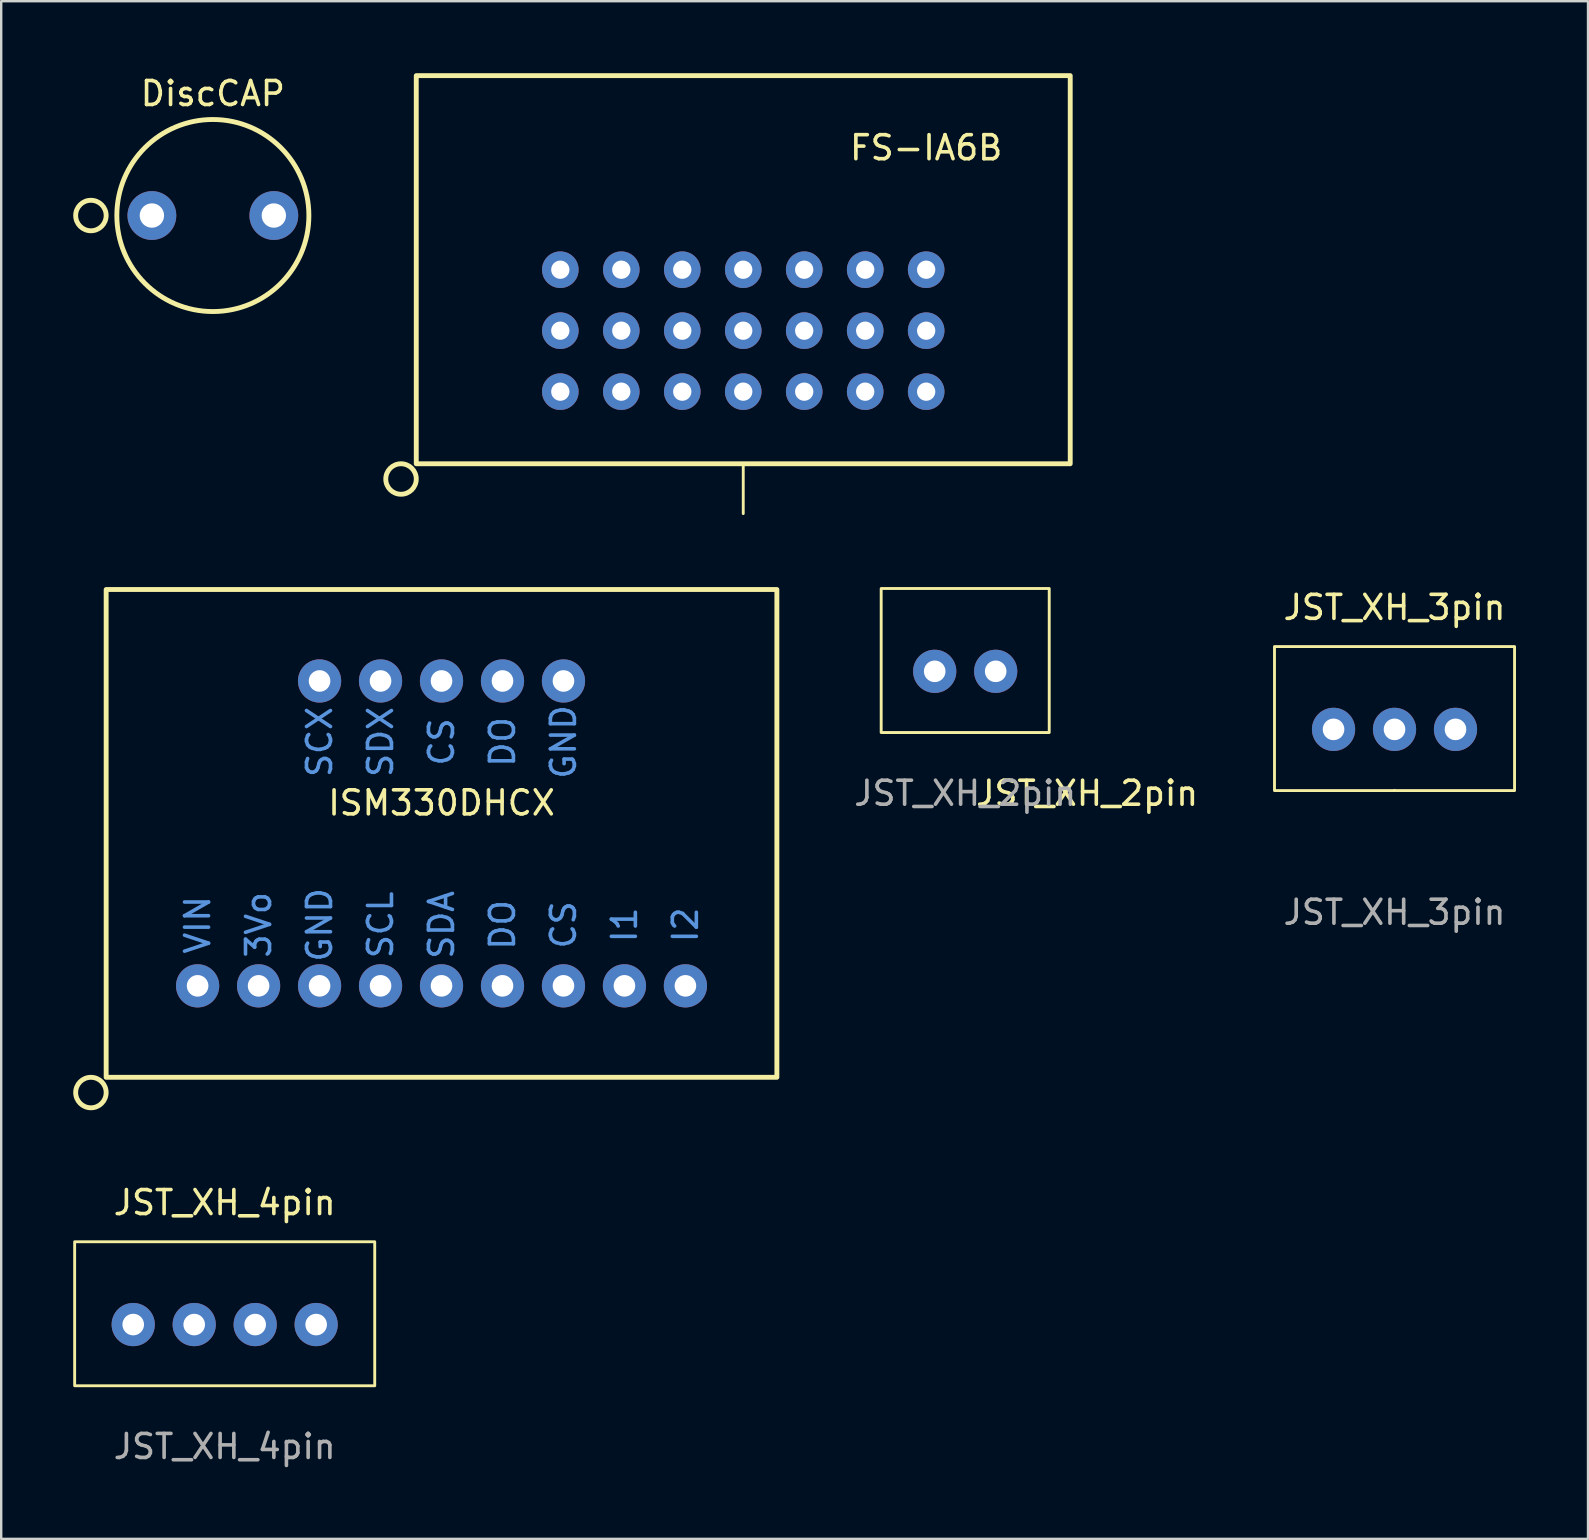
<source format=kicad_pcb>
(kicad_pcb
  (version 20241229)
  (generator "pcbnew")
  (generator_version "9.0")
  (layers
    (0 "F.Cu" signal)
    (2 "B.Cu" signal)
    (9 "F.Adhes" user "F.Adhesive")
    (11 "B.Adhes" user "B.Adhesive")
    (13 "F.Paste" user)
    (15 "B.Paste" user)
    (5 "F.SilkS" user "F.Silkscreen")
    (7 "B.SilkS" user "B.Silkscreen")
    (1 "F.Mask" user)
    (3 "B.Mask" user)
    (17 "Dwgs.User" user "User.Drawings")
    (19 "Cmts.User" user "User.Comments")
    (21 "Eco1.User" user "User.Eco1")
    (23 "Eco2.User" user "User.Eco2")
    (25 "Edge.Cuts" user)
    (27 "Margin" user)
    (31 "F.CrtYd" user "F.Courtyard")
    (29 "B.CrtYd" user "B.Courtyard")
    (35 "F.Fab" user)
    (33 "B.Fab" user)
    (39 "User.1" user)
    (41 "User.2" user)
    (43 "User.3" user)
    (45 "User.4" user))
  (footprint "JST_XH_2pin"
    (layer "F.Cu")
    (at 37.157 24.915)
    (property "Reference" "JST_XH_2pin" (at 5.08 5.08 0) (unlocked yes) (layer "F.SilkS") (effects (font (size 1 1) (thickness 0.15))))
    (fp_rect (start 3.5 2.55) (end -3.5 -3.45) (stroke (width 0.12) (type solid)) (fill no) (layer "F.SilkS"))
    (fp_text user "${REFERENCE}" (at 0 5.08 0) (unlocked yes) (layer "F.Fab") (effects (font (size 1 1) (thickness 0.15))))
    (pad "1" thru_hole circle (at -1.27 0) (size 1.8 1.8) (drill 0.9) (layers "*.Cu" "*.Mask"))
    (pad "2" thru_hole circle (at 1.27 0) (size 1.8 1.8) (drill 0.9) (layers "*.Cu" "*.Mask")))
  (footprint "JST_XH_4pin"
    (layer "F.Cu")
    (at 6.31 52.127)
    (property "Reference" "JST_XH_4pin" (at 0 -5.08 0) (unlocked yes) (layer "F.SilkS") (effects (font (size 1 1) (thickness 0.15))))
    (attr through_hole)
    (fp_rect (start -6.25 2.55) (end 6.25 -3.45) (stroke (width 0.12) (type solid)) (fill no) (layer "F.SilkS"))
    (fp_text user "${REFERENCE}" (at 0 5.08 0) (unlocked yes) (layer "F.Fab") (effects (font (size 1 1) (thickness 0.15))))
    (pad "1" thru_hole circle (at -3.81 0) (size 1.8 1.8) (drill 0.9) (layers "*.Cu" "*.Mask"))
    (pad "2" thru_hole circle (at -1.27 0) (size 1.8 1.8) (drill 0.9) (layers "*.Cu" "*.Mask"))
    (pad "3" thru_hole circle (at 1.27 0) (size 1.8 1.8) (drill 0.9) (layers "*.Cu" "*.Mask"))
    (pad "4" thru_hole circle (at 3.81 0) (size 1.8 1.8) (drill 0.9) (layers "*.Cu" "*.Mask")))
  (footprint "FS-IA6B"
    (layer "F.Cu")
    (at 27.911 10.725)
    (property "Reference" "FS-IA6B" (at 7.62 -7.62 0) (unlocked yes) (layer "F.SilkS") (effects (font (size 1 1) (thickness 0.15))))
    (attr through_hole)
    (fp_line (start 0 5.544) (end 0 7.62) (stroke (width 0.12) (type solid)) (layer "F.SilkS"))
    (fp_rect (start 13.621 5.544) (end -13.621 -10.624) (stroke (width 0.203) (type solid)) (fill no) (layer "F.SilkS"))
    (fp_circle (center -14.256 6.179) (end -13.621 6.179) (stroke (width 0.203) (type solid)) (fill no) (layer "F.SilkS"))
    (pad "1" thru_hole circle (at -7.62 2.54) (size 1.524 1.524) (drill 0.762) (layers "*.Cu" "*.Mask"))
    (pad "2" thru_hole circle (at -5.08 2.54) (size 1.524 1.524) (drill 0.762) (layers "*.Cu" "*.Mask"))
    (pad "3" thru_hole circle (at -2.54 2.54) (size 1.524 1.524) (drill 0.762) (layers "*.Cu" "*.Mask"))
    (pad "4" thru_hole circle (at 0 2.54) (size 1.524 1.524) (drill 0.762) (layers "*.Cu" "*.Mask"))
    (pad "5" thru_hole circle (at 2.54 2.54) (size 1.524 1.524) (drill 0.762) (layers "*.Cu" "*.Mask"))
    (pad "6" thru_hole circle (at 5.08 2.54) (size 1.524 1.524) (drill 0.762) (layers "*.Cu" "*.Mask"))
    (pad "7" thru_hole circle (at 7.62 2.54) (size 1.524 1.524) (drill 0.762) (layers "*.Cu" "*.Mask"))
    (pad "8" thru_hole circle (at -7.62 0) (size 1.524 1.524) (drill 0.762) (layers "*.Cu" "*.Mask"))
    (pad "9" thru_hole circle (at -7.62 -2.54) (size 1.524 1.524) (drill 0.762) (layers "*.Cu" "*.Mask"))
    (pad "10" thru_hole circle (at -5.08 0) (size 1.524 1.524) (drill 0.762) (layers "*.Cu" "*.Mask"))
    (pad "11" thru_hole circle (at -2.54 0) (size 1.524 1.524) (drill 0.762) (layers "*.Cu" "*.Mask"))
    (pad "12" thru_hole circle (at 0 0) (size 1.524 1.524) (drill 0.762) (layers "*.Cu" "*.Mask"))
    (pad "13" thru_hole circle (at 2.54 0) (size 1.524 1.524) (drill 0.762) (layers "*.Cu" "*.Mask"))
    (pad "14" thru_hole circle (at 5.08 0) (size 1.524 1.524) (drill 0.762) (layers "*.Cu" "*.Mask"))
    (pad "15" thru_hole circle (at 7.62 0) (size 1.524 1.524) (drill 0.762) (layers "*.Cu" "*.Mask"))
    (pad "16" thru_hole circle (at 7.62 -2.54) (size 1.524 1.524) (drill 0.762) (layers "*.Cu" "*.Mask"))
    (pad "17" thru_hole circle (at 5.08 -2.54) (size 1.524 1.524) (drill 0.762) (layers "*.Cu" "*.Mask"))
    (pad "18" thru_hole circle (at 2.54 -2.54) (size 1.524 1.524) (drill 0.762) (layers "*.Cu" "*.Mask"))
    (pad "19" thru_hole circle (at 0 -2.54) (size 1.524 1.524) (drill 0.762) (layers "*.Cu" "*.Mask"))
    (pad "20" thru_hole circle (at -2.54 -2.54) (size 1.524 1.524) (drill 0.762) (layers "*.Cu" "*.Mask"))
    (pad "21" thru_hole circle (at -5.08 -2.54) (size 1.524 1.524) (drill 0.762) (layers "*.Cu" "*.Mask")))
  (footprint "ISM330DHCX"
    (layer "F.Cu")
    (at 15.342 31.667)
    (property "Reference" "ISM330DHCX" (at 0 -1.27 0) (unlocked yes) (layer "F.SilkS") (effects (font (size 1 1) (thickness 0.15))))
    (attr through_hole)
    (fp_rect (start -13.97 -10.16) (end 13.97 10.16) (stroke (width 0.203) (type solid)) (fill no) (layer "F.SilkS"))
    (fp_circle (center -14.605 10.795) (end -13.97 10.795) (stroke (width 0.203) (type solid)) (fill no) (layer "F.SilkS"))
    (fp_text user "SCL" (at -2.54 3.81 90) (unlocked yes) (layer "Cmts.User") (effects (font (size 1 1) (thickness 0.15))))
    (fp_text user "I2" (at 10.16 3.81 90) (unlocked yes) (layer "Cmts.User") (effects (font (size 1 1) (thickness 0.15))))
    (fp_text user "SDX" (at -2.54 -3.81 90) (unlocked yes) (layer "Cmts.User") (effects (font (size 1 1) (thickness 0.15))))
    (fp_text user "I1" (at 7.62 3.81 90) (unlocked yes) (layer "Cmts.User") (effects (font (size 1 1) (thickness 0.15))))
    (fp_text user "3Vo" (at -7.62 3.81 90) (unlocked yes) (layer "Cmts.User") (effects (font (size 1 1) (thickness 0.15))))
    (fp_text user "CS" (at 0 -3.81 90) (unlocked yes) (layer "Cmts.User") (effects (font (size 1 1) (thickness 0.15))))
    (fp_text user "DO" (at 2.54 -3.81 90) (unlocked yes) (layer "Cmts.User") (effects (font (size 1 1) (thickness 0.15))))
    (fp_text user "VIN" (at -10.16 3.81 90) (unlocked yes) (layer "Cmts.User") (effects (font (size 1 1) (thickness 0.15))))
    (fp_text user "DO" (at 2.54 3.81 90) (unlocked yes) (layer "Cmts.User") (effects (font (size 1 1) (thickness 0.15))))
    (fp_text user "SCX" (at -5.08 -3.81 90) (unlocked yes) (layer "Cmts.User") (effects (font (size 1 1) (thickness 0.15))))
    (fp_text user "GND" (at 5.08 -3.81 90) (unlocked yes) (layer "Cmts.User") (effects (font (size 1 1) (thickness 0.15))))
    (fp_text user "SDA" (at 0 3.81 90) (unlocked yes) (layer "Cmts.User") (effects (font (size 1 1) (thickness 0.15))))
    (fp_text user "GND" (at -5.08 3.81 90) (unlocked yes) (layer "Cmts.User") (effects (font (size 1 1) (thickness 0.15))))
    (fp_text user "CS" (at 5.08 3.81 90) (unlocked yes) (layer "Cmts.User") (effects (font (size 1 1) (thickness 0.15))))
    (pad "1" thru_hole circle (at -10.16 6.35) (size 1.8 1.8) (drill 0.9) (layers "*.Cu" "*.Mask"))
    (pad "2" thru_hole circle (at -7.62 6.35) (size 1.8 1.8) (drill 0.9) (layers "*.Cu" "*.Mask"))
    (pad "3" thru_hole circle (at -5.08 6.35) (size 1.8 1.8) (drill 0.9) (layers "*.Cu" "*.Mask"))
    (pad "4" thru_hole circle (at -2.54 6.35) (size 1.8 1.8) (drill 0.9) (layers "*.Cu" "*.Mask"))
    (pad "5" thru_hole circle (at 0 6.35) (size 1.8 1.8) (drill 0.9) (layers "*.Cu" "*.Mask"))
    (pad "6" thru_hole circle (at 2.54 6.35) (size 1.8 1.8) (drill 0.9) (layers "*.Cu" "*.Mask"))
    (pad "7" thru_hole circle (at 5.08 6.35) (size 1.8 1.8) (drill 0.9) (layers "*.Cu" "*.Mask"))
    (pad "8" thru_hole circle (at 7.62 6.35) (size 1.8 1.8) (drill 0.9) (layers "*.Cu" "*.Mask"))
    (pad "9" thru_hole circle (at 10.16 6.35) (size 1.8 1.8) (drill 0.9) (layers "*.Cu" "*.Mask"))
    (pad "10" thru_hole circle (at -5.08 -6.35) (size 1.8 1.8) (drill 0.9) (layers "*.Cu" "*.Mask"))
    (pad "11" thru_hole circle (at -2.54 -6.35) (size 1.8 1.8) (drill 0.9) (layers "*.Cu" "*.Mask"))
    (pad "12" thru_hole circle (at 0 -6.35) (size 1.8 1.8) (drill 0.9) (layers "*.Cu" "*.Mask"))
    (pad "13" thru_hole circle (at 2.54 -6.35) (size 1.8 1.8) (drill 0.9) (layers "*.Cu" "*.Mask"))
    (pad "14" thru_hole circle (at 5.08 -6.35) (size 1.8 1.8) (drill 0.9) (layers "*.Cu" "*.Mask")))
  (footprint "JST_XH_3pin"
    (layer "F.Cu")
    (at 55.041 27.333)
    (property "Reference" "JST_XH_3pin" (at 0 -5.08 0) (unlocked yes) (layer "F.SilkS") (effects (font (size 1 1) (thickness 0.15))))
    (attr through_hole)
    (fp_line (start 0 2.54) (end 0 2.55) (stroke (width 0.12) (type solid)) (layer "F.SilkS"))
    (fp_rect (start -5 2.55) (end 5 -3.45) (stroke (width 0.12) (type solid)) (fill no) (layer "F.SilkS"))
    (fp_text user "${REFERENCE}" (at 0 7.62 0) (unlocked yes) (layer "F.Fab") (effects (font (size 1 1) (thickness 0.15))))
    (pad "1" thru_hole circle (at -2.54 0) (size 1.8 1.8) (drill 0.9) (layers "*.Cu" "*.Mask"))
    (pad "2" thru_hole circle (at 0 0) (size 1.8 1.8) (drill 0.9) (layers "*.Cu" "*.Mask"))
    (pad "3" thru_hole circle (at 2.54 0) (size 1.8 1.8) (drill 0.9) (layers "*.Cu" "*.Mask")))
  (footprint "DiscCAP"
    (layer "F.Cu")
    (at 5.817 5.928)
    (property "Reference" "DiscCAP" (at 0 -5.08 0) (unlocked yes) (layer "F.SilkS") (effects (font (size 1 1) (thickness 0.15))))
    (attr through_hole)
    (fp_circle (center -5.08 0) (end -4.445 0) (stroke (width 0.203) (type solid)) (fill no) (layer "F.SilkS"))
    (fp_circle (center 0 0) (end 4 0) (stroke (width 0.203) (type solid)) (fill no) (layer "F.SilkS"))
    (pad "1" thru_hole circle (at -2.54 0) (size 2.032 2.032) (drill 1.016) (layers "*.Cu" "*.Mask"))
    (pad "2" thru_hole circle (at 2.54 0) (size 2.032 2.032) (drill 1.016) (layers "*.Cu" "*.Mask")))
  (gr_rect
    (start -3 -3)
    (end 63.101 61.055)
    (stroke (width 0.1) (type default))
    (fill no)
    (layer "Edge.Cuts")))
</source>
